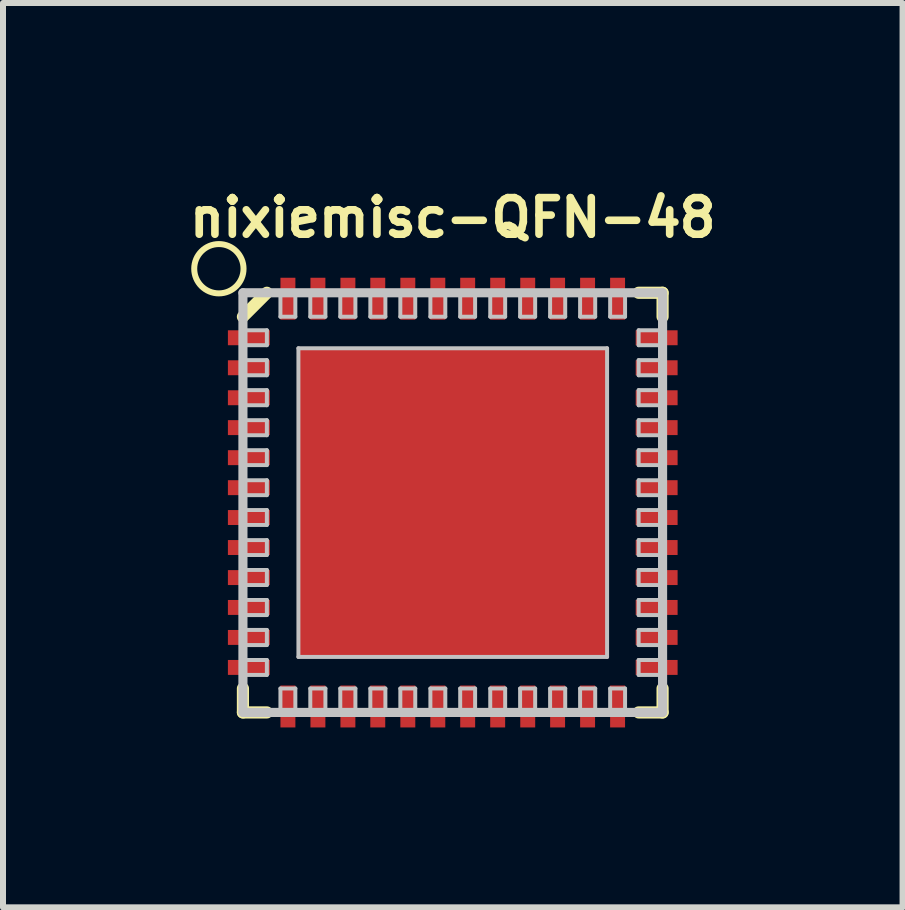
<source format=kicad_pcb>
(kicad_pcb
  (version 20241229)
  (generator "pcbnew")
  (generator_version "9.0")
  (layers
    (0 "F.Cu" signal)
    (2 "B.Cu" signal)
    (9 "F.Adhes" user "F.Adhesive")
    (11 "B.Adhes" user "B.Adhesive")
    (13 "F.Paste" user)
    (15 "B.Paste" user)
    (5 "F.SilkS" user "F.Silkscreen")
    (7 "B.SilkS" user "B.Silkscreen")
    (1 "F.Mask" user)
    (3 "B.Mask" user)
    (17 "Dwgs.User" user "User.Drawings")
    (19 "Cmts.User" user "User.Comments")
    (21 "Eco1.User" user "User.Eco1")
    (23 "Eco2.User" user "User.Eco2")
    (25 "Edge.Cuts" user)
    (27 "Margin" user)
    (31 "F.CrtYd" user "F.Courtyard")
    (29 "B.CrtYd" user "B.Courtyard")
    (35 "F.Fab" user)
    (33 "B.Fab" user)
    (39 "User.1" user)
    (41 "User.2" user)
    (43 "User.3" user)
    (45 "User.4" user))
  (footprint "nixiemisc-QFN-48"
    (layer "F.Cu")
    (at 4.498 5.329)
    (property "Reference" "nixiemisc-QFN-48" (at 0 -4.75 0) (unlocked yes) (layer "F.SilkS") (effects (font (size 0.61 0.61) (thickness 0.127))))
    (attr smd)
    (fp_line (start -3.498 -3.099) (end -3.099 -3.498) (stroke (width 0.203) (type solid)) (layer "F.SilkS"))
    (fp_line (start -3.498 3.498) (end -3.498 3.099) (stroke (width 0.203) (type solid)) (layer "F.SilkS"))
    (fp_line (start -3.099 3.498) (end -3.498 3.498) (stroke (width 0.203) (type solid)) (layer "F.SilkS"))
    (fp_line (start 3.099 -3.498) (end 3.498 -3.498) (stroke (width 0.203) (type solid)) (layer "F.SilkS"))
    (fp_line (start 3.498 -3.498) (end 3.498 -3.099) (stroke (width 0.203) (type solid)) (layer "F.SilkS"))
    (fp_line (start 3.498 3.099) (end 3.498 3.498) (stroke (width 0.203) (type solid)) (layer "F.SilkS"))
    (fp_line (start 3.498 3.498) (end 3.099 3.498) (stroke (width 0.203) (type solid)) (layer "F.SilkS"))
    (fp_circle (center -3.899 -3.899) (end -3.899 -4.31) (stroke (width 0.1) (type solid)) (fill no) (layer "F.SilkS"))
    (fp_line (start -3.498 -3.498) (end -3.498 3.498) (stroke (width 0.152) (type solid)) (layer "Dwgs.User"))
    (fp_line (start -3.498 -2.873) (end -3.099 -2.873) (stroke (width 0.066) (type solid)) (layer "Dwgs.User"))
    (fp_line (start -3.498 -2.624) (end -3.498 -2.873) (stroke (width 0.066) (type solid)) (layer "Dwgs.User"))
    (fp_line (start -3.498 -2.624) (end -3.099 -2.624) (stroke (width 0.066) (type solid)) (layer "Dwgs.User"))
    (fp_line (start -3.498 -2.375) (end -3.099 -2.375) (stroke (width 0.066) (type solid)) (layer "Dwgs.User"))
    (fp_line (start -3.498 -2.123) (end -3.498 -2.375) (stroke (width 0.066) (type solid)) (layer "Dwgs.User"))
    (fp_line (start -3.498 -2.123) (end -3.099 -2.123) (stroke (width 0.066) (type solid)) (layer "Dwgs.User"))
    (fp_line (start -3.498 -1.875) (end -3.099 -1.875) (stroke (width 0.066) (type solid)) (layer "Dwgs.User"))
    (fp_line (start -3.498 -1.623) (end -3.498 -1.875) (stroke (width 0.066) (type solid)) (layer "Dwgs.User"))
    (fp_line (start -3.498 -1.623) (end -3.099 -1.623) (stroke (width 0.066) (type solid)) (layer "Dwgs.User"))
    (fp_line (start -3.498 -1.374) (end -3.099 -1.374) (stroke (width 0.066) (type solid)) (layer "Dwgs.User"))
    (fp_line (start -3.498 -1.123) (end -3.498 -1.374) (stroke (width 0.066) (type solid)) (layer "Dwgs.User"))
    (fp_line (start -3.498 -1.123) (end -3.099 -1.123) (stroke (width 0.066) (type solid)) (layer "Dwgs.User"))
    (fp_line (start -3.498 -0.874) (end -3.099 -0.874) (stroke (width 0.066) (type solid)) (layer "Dwgs.User"))
    (fp_line (start -3.498 -0.625) (end -3.498 -0.874) (stroke (width 0.066) (type solid)) (layer "Dwgs.User"))
    (fp_line (start -3.498 -0.625) (end -3.099 -0.625) (stroke (width 0.066) (type solid)) (layer "Dwgs.User"))
    (fp_line (start -3.498 -0.373) (end -3.099 -0.373) (stroke (width 0.066) (type solid)) (layer "Dwgs.User"))
    (fp_line (start -3.498 -0.124) (end -3.498 -0.373) (stroke (width 0.066) (type solid)) (layer "Dwgs.User"))
    (fp_line (start -3.498 -0.124) (end -3.099 -0.124) (stroke (width 0.066) (type solid)) (layer "Dwgs.User"))
    (fp_line (start -3.498 0.124) (end -3.099 0.124) (stroke (width 0.066) (type solid)) (layer "Dwgs.User"))
    (fp_line (start -3.498 0.373) (end -3.498 0.124) (stroke (width 0.066) (type solid)) (layer "Dwgs.User"))
    (fp_line (start -3.498 0.373) (end -3.099 0.373) (stroke (width 0.066) (type solid)) (layer "Dwgs.User"))
    (fp_line (start -3.498 0.625) (end -3.099 0.625) (stroke (width 0.066) (type solid)) (layer "Dwgs.User"))
    (fp_line (start -3.498 0.874) (end -3.498 0.625) (stroke (width 0.066) (type solid)) (layer "Dwgs.User"))
    (fp_line (start -3.498 0.874) (end -3.099 0.874) (stroke (width 0.066) (type solid)) (layer "Dwgs.User"))
    (fp_line (start -3.498 1.123) (end -3.099 1.123) (stroke (width 0.066) (type solid)) (layer "Dwgs.User"))
    (fp_line (start -3.498 1.374) (end -3.498 1.123) (stroke (width 0.066) (type solid)) (layer "Dwgs.User"))
    (fp_line (start -3.498 1.374) (end -3.099 1.374) (stroke (width 0.066) (type solid)) (layer "Dwgs.User"))
    (fp_line (start -3.498 1.623) (end -3.099 1.623) (stroke (width 0.066) (type solid)) (layer "Dwgs.User"))
    (fp_line (start -3.498 1.875) (end -3.498 1.623) (stroke (width 0.066) (type solid)) (layer "Dwgs.User"))
    (fp_line (start -3.498 1.875) (end -3.099 1.875) (stroke (width 0.066) (type solid)) (layer "Dwgs.User"))
    (fp_line (start -3.498 2.123) (end -3.099 2.123) (stroke (width 0.066) (type solid)) (layer "Dwgs.User"))
    (fp_line (start -3.498 2.375) (end -3.498 2.123) (stroke (width 0.066) (type solid)) (layer "Dwgs.User"))
    (fp_line (start -3.498 2.375) (end -3.099 2.375) (stroke (width 0.066) (type solid)) (layer "Dwgs.User"))
    (fp_line (start -3.498 2.624) (end -3.099 2.624) (stroke (width 0.066) (type solid)) (layer "Dwgs.User"))
    (fp_line (start -3.498 2.873) (end -3.498 2.624) (stroke (width 0.066) (type solid)) (layer "Dwgs.User"))
    (fp_line (start -3.498 2.873) (end -3.099 2.873) (stroke (width 0.066) (type solid)) (layer "Dwgs.User"))
    (fp_line (start -3.498 3.498) (end 3.498 3.498) (stroke (width 0.152) (type solid)) (layer "Dwgs.User"))
    (fp_line (start -3.099 -2.624) (end -3.099 -2.873) (stroke (width 0.066) (type solid)) (layer "Dwgs.User"))
    (fp_line (start -3.099 -2.123) (end -3.099 -2.375) (stroke (width 0.066) (type solid)) (layer "Dwgs.User"))
    (fp_line (start -3.099 -1.623) (end -3.099 -1.875) (stroke (width 0.066) (type solid)) (layer "Dwgs.User"))
    (fp_line (start -3.099 -1.123) (end -3.099 -1.374) (stroke (width 0.066) (type solid)) (layer "Dwgs.User"))
    (fp_line (start -3.099 -0.625) (end -3.099 -0.874) (stroke (width 0.066) (type solid)) (layer "Dwgs.User"))
    (fp_line (start -3.099 -0.124) (end -3.099 -0.373) (stroke (width 0.066) (type solid)) (layer "Dwgs.User"))
    (fp_line (start -3.099 0.373) (end -3.099 0.124) (stroke (width 0.066) (type solid)) (layer "Dwgs.User"))
    (fp_line (start -3.099 0.874) (end -3.099 0.625) (stroke (width 0.066) (type solid)) (layer "Dwgs.User"))
    (fp_line (start -3.099 1.374) (end -3.099 1.123) (stroke (width 0.066) (type solid)) (layer "Dwgs.User"))
    (fp_line (start -3.099 1.875) (end -3.099 1.623) (stroke (width 0.066) (type solid)) (layer "Dwgs.User"))
    (fp_line (start -3.099 2.375) (end -3.099 2.123) (stroke (width 0.066) (type solid)) (layer "Dwgs.User"))
    (fp_line (start -3.099 2.873) (end -3.099 2.624) (stroke (width 0.066) (type solid)) (layer "Dwgs.User"))
    (fp_line (start -2.873 -3.498) (end -2.873 -3.099) (stroke (width 0.066) (type solid)) (layer "Dwgs.User"))
    (fp_line (start -2.873 -3.498) (end -2.624 -3.498) (stroke (width 0.066) (type solid)) (layer "Dwgs.User"))
    (fp_line (start -2.873 -3.099) (end -2.624 -3.099) (stroke (width 0.066) (type solid)) (layer "Dwgs.User"))
    (fp_line (start -2.873 3.498) (end -2.873 3.099) (stroke (width 0.066) (type solid)) (layer "Dwgs.User"))
    (fp_line (start -2.624 -3.498) (end -2.624 -3.099) (stroke (width 0.066) (type solid)) (layer "Dwgs.User"))
    (fp_line (start -2.624 3.099) (end -2.873 3.099) (stroke (width 0.066) (type solid)) (layer "Dwgs.User"))
    (fp_line (start -2.624 3.498) (end -2.873 3.498) (stroke (width 0.066) (type solid)) (layer "Dwgs.User"))
    (fp_line (start -2.624 3.498) (end -2.624 3.099) (stroke (width 0.066) (type solid)) (layer "Dwgs.User"))
    (fp_line (start -2.573 -2.573) (end 2.573 -2.573) (stroke (width 0.066) (type solid)) (layer "Dwgs.User"))
    (fp_line (start -2.573 2.573) (end -2.573 -2.573) (stroke (width 0.066) (type solid)) (layer "Dwgs.User"))
    (fp_line (start -2.573 2.573) (end 2.573 2.573) (stroke (width 0.066) (type solid)) (layer "Dwgs.User"))
    (fp_line (start -2.375 -3.498) (end -2.375 -3.099) (stroke (width 0.066) (type solid)) (layer "Dwgs.User"))
    (fp_line (start -2.375 -3.498) (end -2.123 -3.498) (stroke (width 0.066) (type solid)) (layer "Dwgs.User"))
    (fp_line (start -2.375 -3.099) (end -2.123 -3.099) (stroke (width 0.066) (type solid)) (layer "Dwgs.User"))
    (fp_line (start -2.375 3.498) (end -2.375 3.099) (stroke (width 0.066) (type solid)) (layer "Dwgs.User"))
    (fp_line (start -2.123 -3.498) (end -2.123 -3.099) (stroke (width 0.066) (type solid)) (layer "Dwgs.User"))
    (fp_line (start -2.123 3.099) (end -2.375 3.099) (stroke (width 0.066) (type solid)) (layer "Dwgs.User"))
    (fp_line (start -2.123 3.498) (end -2.375 3.498) (stroke (width 0.066) (type solid)) (layer "Dwgs.User"))
    (fp_line (start -2.123 3.498) (end -2.123 3.099) (stroke (width 0.066) (type solid)) (layer "Dwgs.User"))
    (fp_line (start -1.875 -3.498) (end -1.875 -3.099) (stroke (width 0.066) (type solid)) (layer "Dwgs.User"))
    (fp_line (start -1.875 -3.498) (end -1.623 -3.498) (stroke (width 0.066) (type solid)) (layer "Dwgs.User"))
    (fp_line (start -1.875 -3.099) (end -1.623 -3.099) (stroke (width 0.066) (type solid)) (layer "Dwgs.User"))
    (fp_line (start -1.875 3.498) (end -1.875 3.099) (stroke (width 0.066) (type solid)) (layer "Dwgs.User"))
    (fp_line (start -1.623 -3.498) (end -1.623 -3.099) (stroke (width 0.066) (type solid)) (layer "Dwgs.User"))
    (fp_line (start -1.623 3.099) (end -1.875 3.099) (stroke (width 0.066) (type solid)) (layer "Dwgs.User"))
    (fp_line (start -1.623 3.498) (end -1.875 3.498) (stroke (width 0.066) (type solid)) (layer "Dwgs.User"))
    (fp_line (start -1.623 3.498) (end -1.623 3.099) (stroke (width 0.066) (type solid)) (layer "Dwgs.User"))
    (fp_line (start -1.374 -3.498) (end -1.374 -3.099) (stroke (width 0.066) (type solid)) (layer "Dwgs.User"))
    (fp_line (start -1.374 -3.498) (end -1.123 -3.498) (stroke (width 0.066) (type solid)) (layer "Dwgs.User"))
    (fp_line (start -1.374 -3.099) (end -1.123 -3.099) (stroke (width 0.066) (type solid)) (layer "Dwgs.User"))
    (fp_line (start -1.374 3.498) (end -1.374 3.099) (stroke (width 0.066) (type solid)) (layer "Dwgs.User"))
    (fp_line (start -1.123 -3.498) (end -1.123 -3.099) (stroke (width 0.066) (type solid)) (layer "Dwgs.User"))
    (fp_line (start -1.123 3.099) (end -1.374 3.099) (stroke (width 0.066) (type solid)) (layer "Dwgs.User"))
    (fp_line (start -1.123 3.498) (end -1.374 3.498) (stroke (width 0.066) (type solid)) (layer "Dwgs.User"))
    (fp_line (start -1.123 3.498) (end -1.123 3.099) (stroke (width 0.066) (type solid)) (layer "Dwgs.User"))
    (fp_line (start -0.874 -3.498) (end -0.874 -3.099) (stroke (width 0.066) (type solid)) (layer "Dwgs.User"))
    (fp_line (start -0.874 -3.498) (end -0.625 -3.498) (stroke (width 0.066) (type solid)) (layer "Dwgs.User"))
    (fp_line (start -0.874 -3.099) (end -0.625 -3.099) (stroke (width 0.066) (type solid)) (layer "Dwgs.User"))
    (fp_line (start -0.874 3.498) (end -0.874 3.099) (stroke (width 0.066) (type solid)) (layer "Dwgs.User"))
    (fp_line (start -0.625 -3.498) (end -0.625 -3.099) (stroke (width 0.066) (type solid)) (layer "Dwgs.User"))
    (fp_line (start -0.625 3.099) (end -0.874 3.099) (stroke (width 0.066) (type solid)) (layer "Dwgs.User"))
    (fp_line (start -0.625 3.498) (end -0.874 3.498) (stroke (width 0.066) (type solid)) (layer "Dwgs.User"))
    (fp_line (start -0.625 3.498) (end -0.625 3.099) (stroke (width 0.066) (type solid)) (layer "Dwgs.User"))
    (fp_line (start -0.373 -3.498) (end -0.373 -3.099) (stroke (width 0.066) (type solid)) (layer "Dwgs.User"))
    (fp_line (start -0.373 -3.498) (end -0.124 -3.498) (stroke (width 0.066) (type solid)) (layer "Dwgs.User"))
    (fp_line (start -0.373 -3.099) (end -0.124 -3.099) (stroke (width 0.066) (type solid)) (layer "Dwgs.User"))
    (fp_line (start -0.373 3.498) (end -0.373 3.099) (stroke (width 0.066) (type solid)) (layer "Dwgs.User"))
    (fp_line (start -0.124 -3.498) (end -0.124 -3.099) (stroke (width 0.066) (type solid)) (layer "Dwgs.User"))
    (fp_line (start -0.124 3.099) (end -0.373 3.099) (stroke (width 0.066) (type solid)) (layer "Dwgs.User"))
    (fp_line (start -0.124 3.498) (end -0.373 3.498) (stroke (width 0.066) (type solid)) (layer "Dwgs.User"))
    (fp_line (start -0.124 3.498) (end -0.124 3.099) (stroke (width 0.066) (type solid)) (layer "Dwgs.User"))
    (fp_line (start 0.124 -3.498) (end 0.124 -3.099) (stroke (width 0.066) (type solid)) (layer "Dwgs.User"))
    (fp_line (start 0.124 -3.498) (end 0.373 -3.498) (stroke (width 0.066) (type solid)) (layer "Dwgs.User"))
    (fp_line (start 0.124 -3.099) (end 0.373 -3.099) (stroke (width 0.066) (type solid)) (layer "Dwgs.User"))
    (fp_line (start 0.124 3.498) (end 0.124 3.099) (stroke (width 0.066) (type solid)) (layer "Dwgs.User"))
    (fp_line (start 0.373 -3.498) (end 0.373 -3.099) (stroke (width 0.066) (type solid)) (layer "Dwgs.User"))
    (fp_line (start 0.373 3.099) (end 0.124 3.099) (stroke (width 0.066) (type solid)) (layer "Dwgs.User"))
    (fp_line (start 0.373 3.498) (end 0.124 3.498) (stroke (width 0.066) (type solid)) (layer "Dwgs.User"))
    (fp_line (start 0.373 3.498) (end 0.373 3.099) (stroke (width 0.066) (type solid)) (layer "Dwgs.User"))
    (fp_line (start 0.625 -3.498) (end 0.625 -3.099) (stroke (width 0.066) (type solid)) (layer "Dwgs.User"))
    (fp_line (start 0.625 -3.498) (end 0.874 -3.498) (stroke (width 0.066) (type solid)) (layer "Dwgs.User"))
    (fp_line (start 0.625 -3.099) (end 0.874 -3.099) (stroke (width 0.066) (type solid)) (layer "Dwgs.User"))
    (fp_line (start 0.625 3.498) (end 0.625 3.099) (stroke (width 0.066) (type solid)) (layer "Dwgs.User"))
    (fp_line (start 0.874 -3.498) (end 0.874 -3.099) (stroke (width 0.066) (type solid)) (layer "Dwgs.User"))
    (fp_line (start 0.874 3.099) (end 0.625 3.099) (stroke (width 0.066) (type solid)) (layer "Dwgs.User"))
    (fp_line (start 0.874 3.498) (end 0.625 3.498) (stroke (width 0.066) (type solid)) (layer "Dwgs.User"))
    (fp_line (start 0.874 3.498) (end 0.874 3.099) (stroke (width 0.066) (type solid)) (layer "Dwgs.User"))
    (fp_line (start 1.123 -3.498) (end 1.123 -3.099) (stroke (width 0.066) (type solid)) (layer "Dwgs.User"))
    (fp_line (start 1.123 -3.498) (end 1.374 -3.498) (stroke (width 0.066) (type solid)) (layer "Dwgs.User"))
    (fp_line (start 1.123 -3.099) (end 1.374 -3.099) (stroke (width 0.066) (type solid)) (layer "Dwgs.User"))
    (fp_line (start 1.123 3.498) (end 1.123 3.099) (stroke (width 0.066) (type solid)) (layer "Dwgs.User"))
    (fp_line (start 1.374 -3.498) (end 1.374 -3.099) (stroke (width 0.066) (type solid)) (layer "Dwgs.User"))
    (fp_line (start 1.374 3.099) (end 1.123 3.099) (stroke (width 0.066) (type solid)) (layer "Dwgs.User"))
    (fp_line (start 1.374 3.498) (end 1.123 3.498) (stroke (width 0.066) (type solid)) (layer "Dwgs.User"))
    (fp_line (start 1.374 3.498) (end 1.374 3.099) (stroke (width 0.066) (type solid)) (layer "Dwgs.User"))
    (fp_line (start 1.623 -3.498) (end 1.623 -3.099) (stroke (width 0.066) (type solid)) (layer "Dwgs.User"))
    (fp_line (start 1.623 -3.498) (end 1.875 -3.498) (stroke (width 0.066) (type solid)) (layer "Dwgs.User"))
    (fp_line (start 1.623 -3.099) (end 1.875 -3.099) (stroke (width 0.066) (type solid)) (layer "Dwgs.User"))
    (fp_line (start 1.623 3.498) (end 1.623 3.099) (stroke (width 0.066) (type solid)) (layer "Dwgs.User"))
    (fp_line (start 1.875 -3.498) (end 1.875 -3.099) (stroke (width 0.066) (type solid)) (layer "Dwgs.User"))
    (fp_line (start 1.875 3.099) (end 1.623 3.099) (stroke (width 0.066) (type solid)) (layer "Dwgs.User"))
    (fp_line (start 1.875 3.498) (end 1.623 3.498) (stroke (width 0.066) (type solid)) (layer "Dwgs.User"))
    (fp_line (start 1.875 3.498) (end 1.875 3.099) (stroke (width 0.066) (type solid)) (layer "Dwgs.User"))
    (fp_line (start 2.123 -3.498) (end 2.123 -3.099) (stroke (width 0.066) (type solid)) (layer "Dwgs.User"))
    (fp_line (start 2.123 -3.498) (end 2.375 -3.498) (stroke (width 0.066) (type solid)) (layer "Dwgs.User"))
    (fp_line (start 2.123 -3.099) (end 2.375 -3.099) (stroke (width 0.066) (type solid)) (layer "Dwgs.User"))
    (fp_line (start 2.123 3.498) (end 2.123 3.099) (stroke (width 0.066) (type solid)) (layer "Dwgs.User"))
    (fp_line (start 2.375 -3.498) (end 2.375 -3.099) (stroke (width 0.066) (type solid)) (layer "Dwgs.User"))
    (fp_line (start 2.375 3.099) (end 2.123 3.099) (stroke (width 0.066) (type solid)) (layer "Dwgs.User"))
    (fp_line (start 2.375 3.498) (end 2.123 3.498) (stroke (width 0.066) (type solid)) (layer "Dwgs.User"))
    (fp_line (start 2.375 3.498) (end 2.375 3.099) (stroke (width 0.066) (type solid)) (layer "Dwgs.User"))
    (fp_line (start 2.573 2.573) (end 2.573 -2.573) (stroke (width 0.066) (type solid)) (layer "Dwgs.User"))
    (fp_line (start 2.624 -3.498) (end 2.624 -3.099) (stroke (width 0.066) (type solid)) (layer "Dwgs.User"))
    (fp_line (start 2.624 -3.498) (end 2.873 -3.498) (stroke (width 0.066) (type solid)) (layer "Dwgs.User"))
    (fp_line (start 2.624 -3.099) (end 2.873 -3.099) (stroke (width 0.066) (type solid)) (layer "Dwgs.User"))
    (fp_line (start 2.624 3.498) (end 2.624 3.099) (stroke (width 0.066) (type solid)) (layer "Dwgs.User"))
    (fp_line (start 2.873 -3.498) (end 2.873 -3.099) (stroke (width 0.066) (type solid)) (layer "Dwgs.User"))
    (fp_line (start 2.873 3.099) (end 2.624 3.099) (stroke (width 0.066) (type solid)) (layer "Dwgs.User"))
    (fp_line (start 2.873 3.498) (end 2.624 3.498) (stroke (width 0.066) (type solid)) (layer "Dwgs.User"))
    (fp_line (start 2.873 3.498) (end 2.873 3.099) (stroke (width 0.066) (type solid)) (layer "Dwgs.User"))
    (fp_line (start 3.099 -2.873) (end 3.099 -2.624) (stroke (width 0.066) (type solid)) (layer "Dwgs.User"))
    (fp_line (start 3.099 -2.375) (end 3.099 -2.123) (stroke (width 0.066) (type solid)) (layer "Dwgs.User"))
    (fp_line (start 3.099 -1.875) (end 3.099 -1.623) (stroke (width 0.066) (type solid)) (layer "Dwgs.User"))
    (fp_line (start 3.099 -1.374) (end 3.099 -1.123) (stroke (width 0.066) (type solid)) (layer "Dwgs.User"))
    (fp_line (start 3.099 -0.874) (end 3.099 -0.625) (stroke (width 0.066) (type solid)) (layer "Dwgs.User"))
    (fp_line (start 3.099 -0.373) (end 3.099 -0.124) (stroke (width 0.066) (type solid)) (layer "Dwgs.User"))
    (fp_line (start 3.099 0.124) (end 3.099 0.373) (stroke (width 0.066) (type solid)) (layer "Dwgs.User"))
    (fp_line (start 3.099 0.625) (end 3.099 0.874) (stroke (width 0.066) (type solid)) (layer "Dwgs.User"))
    (fp_line (start 3.099 1.123) (end 3.099 1.374) (stroke (width 0.066) (type solid)) (layer "Dwgs.User"))
    (fp_line (start 3.099 1.623) (end 3.099 1.875) (stroke (width 0.066) (type solid)) (layer "Dwgs.User"))
    (fp_line (start 3.099 2.123) (end 3.099 2.375) (stroke (width 0.066) (type solid)) (layer "Dwgs.User"))
    (fp_line (start 3.099 2.624) (end 3.099 2.873) (stroke (width 0.066) (type solid)) (layer "Dwgs.User"))
    (fp_line (start 3.498 -3.498) (end -3.498 -3.498) (stroke (width 0.152) (type solid)) (layer "Dwgs.User"))
    (fp_line (start 3.498 -2.873) (end 3.099 -2.873) (stroke (width 0.066) (type solid)) (layer "Dwgs.User"))
    (fp_line (start 3.498 -2.873) (end 3.498 -2.624) (stroke (width 0.066) (type solid)) (layer "Dwgs.User"))
    (fp_line (start 3.498 -2.624) (end 3.099 -2.624) (stroke (width 0.066) (type solid)) (layer "Dwgs.User"))
    (fp_line (start 3.498 -2.375) (end 3.099 -2.375) (stroke (width 0.066) (type solid)) (layer "Dwgs.User"))
    (fp_line (start 3.498 -2.375) (end 3.498 -2.123) (stroke (width 0.066) (type solid)) (layer "Dwgs.User"))
    (fp_line (start 3.498 -2.123) (end 3.099 -2.123) (stroke (width 0.066) (type solid)) (layer "Dwgs.User"))
    (fp_line (start 3.498 -1.875) (end 3.099 -1.875) (stroke (width 0.066) (type solid)) (layer "Dwgs.User"))
    (fp_line (start 3.498 -1.875) (end 3.498 -1.623) (stroke (width 0.066) (type solid)) (layer "Dwgs.User"))
    (fp_line (start 3.498 -1.623) (end 3.099 -1.623) (stroke (width 0.066) (type solid)) (layer "Dwgs.User"))
    (fp_line (start 3.498 -1.374) (end 3.099 -1.374) (stroke (width 0.066) (type solid)) (layer "Dwgs.User"))
    (fp_line (start 3.498 -1.374) (end 3.498 -1.123) (stroke (width 0.066) (type solid)) (layer "Dwgs.User"))
    (fp_line (start 3.498 -1.123) (end 3.099 -1.123) (stroke (width 0.066) (type solid)) (layer "Dwgs.User"))
    (fp_line (start 3.498 -0.874) (end 3.099 -0.874) (stroke (width 0.066) (type solid)) (layer "Dwgs.User"))
    (fp_line (start 3.498 -0.874) (end 3.498 -0.625) (stroke (width 0.066) (type solid)) (layer "Dwgs.User"))
    (fp_line (start 3.498 -0.625) (end 3.099 -0.625) (stroke (width 0.066) (type solid)) (layer "Dwgs.User"))
    (fp_line (start 3.498 -0.373) (end 3.099 -0.373) (stroke (width 0.066) (type solid)) (layer "Dwgs.User"))
    (fp_line (start 3.498 -0.373) (end 3.498 -0.124) (stroke (width 0.066) (type solid)) (layer "Dwgs.User"))
    (fp_line (start 3.498 -0.124) (end 3.099 -0.124) (stroke (width 0.066) (type solid)) (layer "Dwgs.User"))
    (fp_line (start 3.498 0.124) (end 3.099 0.124) (stroke (width 0.066) (type solid)) (layer "Dwgs.User"))
    (fp_line (start 3.498 0.124) (end 3.498 0.373) (stroke (width 0.066) (type solid)) (layer "Dwgs.User"))
    (fp_line (start 3.498 0.373) (end 3.099 0.373) (stroke (width 0.066) (type solid)) (layer "Dwgs.User"))
    (fp_line (start 3.498 0.625) (end 3.099 0.625) (stroke (width 0.066) (type solid)) (layer "Dwgs.User"))
    (fp_line (start 3.498 0.625) (end 3.498 0.874) (stroke (width 0.066) (type solid)) (layer "Dwgs.User"))
    (fp_line (start 3.498 0.874) (end 3.099 0.874) (stroke (width 0.066) (type solid)) (layer "Dwgs.User"))
    (fp_line (start 3.498 1.123) (end 3.099 1.123) (stroke (width 0.066) (type solid)) (layer "Dwgs.User"))
    (fp_line (start 3.498 1.123) (end 3.498 1.374) (stroke (width 0.066) (type solid)) (layer "Dwgs.User"))
    (fp_line (start 3.498 1.374) (end 3.099 1.374) (stroke (width 0.066) (type solid)) (layer "Dwgs.User"))
    (fp_line (start 3.498 1.623) (end 3.099 1.623) (stroke (width 0.066) (type solid)) (layer "Dwgs.User"))
    (fp_line (start 3.498 1.623) (end 3.498 1.875) (stroke (width 0.066) (type solid)) (layer "Dwgs.User"))
    (fp_line (start 3.498 1.875) (end 3.099 1.875) (stroke (width 0.066) (type solid)) (layer "Dwgs.User"))
    (fp_line (start 3.498 2.123) (end 3.099 2.123) (stroke (width 0.066) (type solid)) (layer "Dwgs.User"))
    (fp_line (start 3.498 2.123) (end 3.498 2.375) (stroke (width 0.066) (type solid)) (layer "Dwgs.User"))
    (fp_line (start 3.498 2.375) (end 3.099 2.375) (stroke (width 0.066) (type solid)) (layer "Dwgs.User"))
    (fp_line (start 3.498 2.624) (end 3.099 2.624) (stroke (width 0.066) (type solid)) (layer "Dwgs.User"))
    (fp_line (start 3.498 2.624) (end 3.498 2.873) (stroke (width 0.066) (type solid)) (layer "Dwgs.User"))
    (fp_line (start 3.498 2.873) (end 3.099 2.873) (stroke (width 0.066) (type solid)) (layer "Dwgs.User"))
    (fp_line (start 3.498 3.498) (end 3.498 -3.498) (stroke (width 0.152) (type solid)) (layer "Dwgs.User"))
    (pad "1" smd rect (at -3.399 -2.748) (size 0.699 0.249) (layers "F.Cu" "F.Mask" "F.Paste"))
    (pad "2" smd rect (at -3.399 -2.248) (size 0.699 0.249) (layers "F.Cu" "F.Mask" "F.Paste"))
    (pad "3" smd rect (at -3.399 -1.748) (size 0.699 0.249) (layers "F.Cu" "F.Mask" "F.Paste"))
    (pad "4" smd rect (at -3.399 -1.25) (size 0.699 0.249) (layers "F.Cu" "F.Mask" "F.Paste"))
    (pad "5" smd rect (at -3.399 -0.749) (size 0.699 0.249) (layers "F.Cu" "F.Mask" "F.Paste"))
    (pad "6" smd rect (at -3.399 -0.249) (size 0.699 0.249) (layers "F.Cu" "F.Mask" "F.Paste"))
    (pad "7" smd rect (at -3.399 0.249) (size 0.699 0.249) (layers "F.Cu" "F.Mask" "F.Paste"))
    (pad "8" smd rect (at -3.399 0.749) (size 0.699 0.249) (layers "F.Cu" "F.Mask" "F.Paste"))
    (pad "9" smd rect (at -3.399 1.25) (size 0.699 0.249) (layers "F.Cu" "F.Mask" "F.Paste"))
    (pad "10" smd rect (at -3.399 1.748) (size 0.699 0.249) (layers "F.Cu" "F.Mask" "F.Paste"))
    (pad "11" smd rect (at -3.399 2.248) (size 0.699 0.249) (layers "F.Cu" "F.Mask" "F.Paste"))
    (pad "12" smd rect (at -3.399 2.748) (size 0.699 0.249) (layers "F.Cu" "F.Mask" "F.Paste"))
    (pad "13" smd rect (at -2.748 3.399 90) (size 0.699 0.249) (layers "F.Cu" "F.Mask" "F.Paste"))
    (pad "14" smd rect (at -2.248 3.399 90) (size 0.699 0.249) (layers "F.Cu" "F.Mask" "F.Paste"))
    (pad "15" smd rect (at -1.748 3.399 90) (size 0.699 0.249) (layers "F.Cu" "F.Mask" "F.Paste"))
    (pad "16" smd rect (at -1.25 3.399 90) (size 0.699 0.249) (layers "F.Cu" "F.Mask" "F.Paste"))
    (pad "17" smd rect (at -0.749 3.399 90) (size 0.699 0.249) (layers "F.Cu" "F.Mask" "F.Paste"))
    (pad "18" smd rect (at -0.249 3.399 90) (size 0.699 0.249) (layers "F.Cu" "F.Mask" "F.Paste"))
    (pad "19" smd rect (at 0.249 3.399 90) (size 0.699 0.249) (layers "F.Cu" "F.Mask" "F.Paste"))
    (pad "20" smd rect (at 0.749 3.399 90) (size 0.699 0.249) (layers "F.Cu" "F.Mask" "F.Paste"))
    (pad "21" smd rect (at 1.25 3.399 90) (size 0.699 0.249) (layers "F.Cu" "F.Mask" "F.Paste"))
    (pad "22" smd rect (at 1.748 3.399 90) (size 0.699 0.249) (layers "F.Cu" "F.Mask" "F.Paste"))
    (pad "23" smd rect (at 2.248 3.399 90) (size 0.699 0.249) (layers "F.Cu" "F.Mask" "F.Paste"))
    (pad "24" smd rect (at 2.748 3.399 90) (size 0.699 0.249) (layers "F.Cu" "F.Mask" "F.Paste"))
    (pad "25" smd rect (at 3.399 2.748 180) (size 0.699 0.249) (layers "F.Cu" "F.Mask" "F.Paste"))
    (pad "26" smd rect (at 3.399 2.248 180) (size 0.699 0.249) (layers "F.Cu" "F.Mask" "F.Paste"))
    (pad "27" smd rect (at 3.399 1.748 180) (size 0.699 0.249) (layers "F.Cu" "F.Mask" "F.Paste"))
    (pad "28" smd rect (at 3.399 1.25 180) (size 0.699 0.249) (layers "F.Cu" "F.Mask" "F.Paste"))
    (pad "29" smd rect (at 3.399 0.749 180) (size 0.699 0.249) (layers "F.Cu" "F.Mask" "F.Paste"))
    (pad "30" smd rect (at 3.399 0.249 180) (size 0.699 0.249) (layers "F.Cu" "F.Mask" "F.Paste"))
    (pad "31" smd rect (at 3.399 -0.249 180) (size 0.699 0.249) (layers "F.Cu" "F.Mask" "F.Paste"))
    (pad "32" smd rect (at 3.399 -0.749 180) (size 0.699 0.249) (layers "F.Cu" "F.Mask" "F.Paste"))
    (pad "33" smd rect (at 3.399 -1.25 180) (size 0.699 0.249) (layers "F.Cu" "F.Mask" "F.Paste"))
    (pad "34" smd rect (at 3.399 -1.748 180) (size 0.699 0.249) (layers "F.Cu" "F.Mask" "F.Paste"))
    (pad "35" smd rect (at 3.399 -2.248 180) (size 0.699 0.249) (layers "F.Cu" "F.Mask" "F.Paste"))
    (pad "36" smd rect (at 3.399 -2.748 180) (size 0.699 0.249) (layers "F.Cu" "F.Mask" "F.Paste"))
    (pad "37" smd rect (at 2.748 -3.399 270) (size 0.699 0.249) (layers "F.Cu" "F.Mask" "F.Paste"))
    (pad "38" smd rect (at 2.248 -3.399 270) (size 0.699 0.249) (layers "F.Cu" "F.Mask" "F.Paste"))
    (pad "39" smd rect (at 1.748 -3.399 270) (size 0.699 0.249) (layers "F.Cu" "F.Mask" "F.Paste"))
    (pad "40" smd rect (at 1.25 -3.399 270) (size 0.699 0.249) (layers "F.Cu" "F.Mask" "F.Paste"))
    (pad "41" smd rect (at 0.749 -3.399 270) (size 0.699 0.249) (layers "F.Cu" "F.Mask" "F.Paste"))
    (pad "42" smd rect (at 0.249 -3.399 270) (size 0.699 0.249) (layers "F.Cu" "F.Mask" "F.Paste"))
    (pad "43" smd rect (at -0.249 -3.399 270) (size 0.699 0.249) (layers "F.Cu" "F.Mask" "F.Paste"))
    (pad "44" smd rect (at -0.749 -3.399 270) (size 0.699 0.249) (layers "F.Cu" "F.Mask" "F.Paste"))
    (pad "45" smd rect (at -1.25 -3.399 270) (size 0.699 0.249) (layers "F.Cu" "F.Mask" "F.Paste"))
    (pad "46" smd rect (at -1.748 -3.399 270) (size 0.699 0.249) (layers "F.Cu" "F.Mask" "F.Paste"))
    (pad "47" smd rect (at -2.248 -3.399 270) (size 0.699 0.249) (layers "F.Cu" "F.Mask" "F.Paste"))
    (pad "48" smd rect (at -2.748 -3.399 270) (size 0.699 0.249) (layers "F.Cu" "F.Mask" "F.Paste"))
    (pad "49" smd rect (at 0 0) (size 5.149 5.149) (layers "F.Cu" "F.Mask" "F.Paste")))
  (gr_rect
    (start -3 -3)
    (end 11.997 12.077)
    (stroke (width 0.1) (type default))
    (fill no)
    (layer "Edge.Cuts")))
</source>
